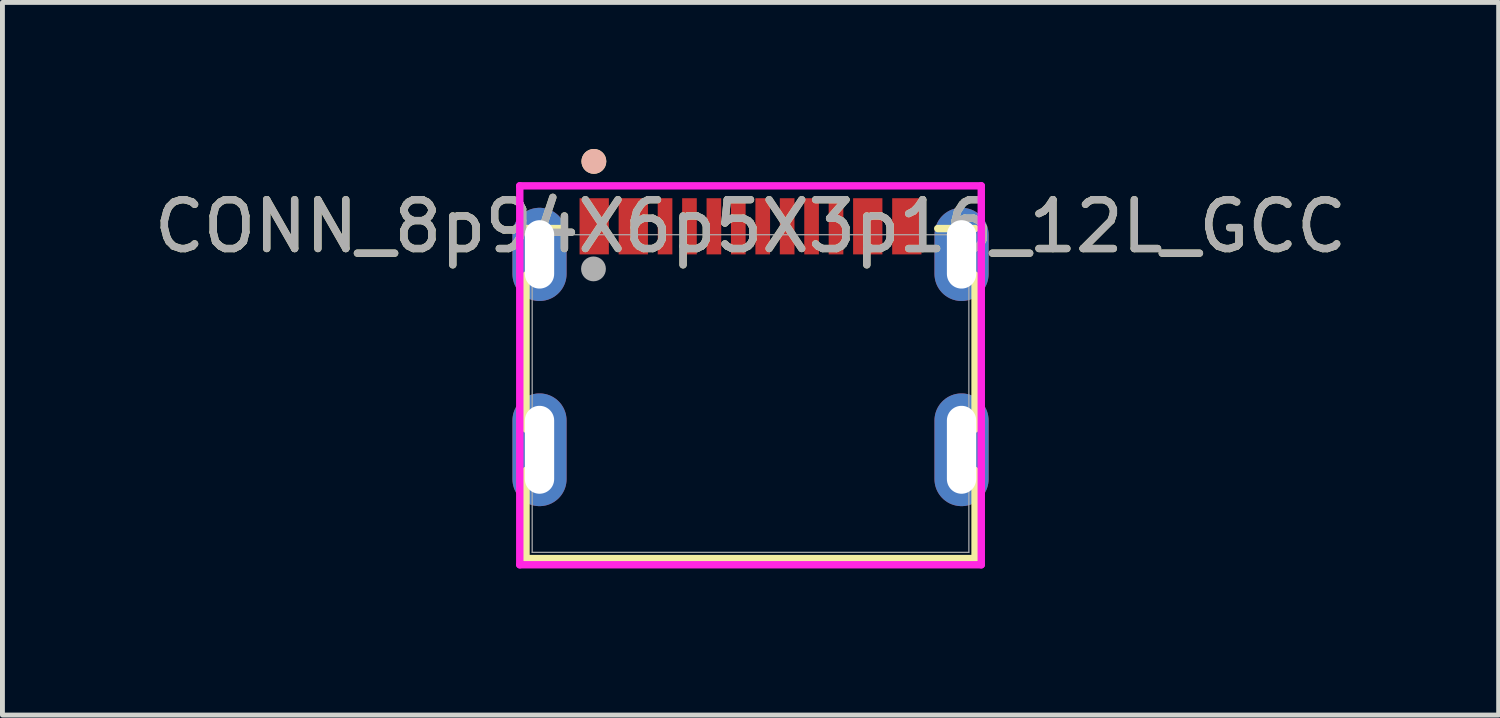
<source format=kicad_pcb>
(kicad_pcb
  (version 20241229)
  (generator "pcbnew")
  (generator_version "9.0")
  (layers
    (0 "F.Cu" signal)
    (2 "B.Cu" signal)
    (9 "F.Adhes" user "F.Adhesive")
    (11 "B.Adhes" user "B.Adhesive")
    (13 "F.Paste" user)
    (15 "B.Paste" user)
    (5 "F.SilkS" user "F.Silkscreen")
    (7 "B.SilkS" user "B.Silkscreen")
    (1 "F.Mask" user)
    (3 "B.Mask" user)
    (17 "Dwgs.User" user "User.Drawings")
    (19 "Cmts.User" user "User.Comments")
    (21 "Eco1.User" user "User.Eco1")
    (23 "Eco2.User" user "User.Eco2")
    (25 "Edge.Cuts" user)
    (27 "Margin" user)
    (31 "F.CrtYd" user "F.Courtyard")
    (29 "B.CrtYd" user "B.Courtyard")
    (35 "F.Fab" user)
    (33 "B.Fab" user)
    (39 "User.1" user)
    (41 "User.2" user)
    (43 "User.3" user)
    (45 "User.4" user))
  (footprint "CONN_8p94X6p5X3p16_12L_GCC"
    (layer "F.Cu")
    (at 12.315 5.007)
    (property "Reference" "CONN_8p94X6p5X3p16_12L_GCC" (at 0 -3.424 0) (unlocked yes) (layer "F.SilkS") (effects (font (size 1 1) (thickness 0.15))))
    (attr smd)
    (fp_line (start -4.597 -2.425) (end -4.597 0.727) (stroke (width 0.152) (type solid)) (layer "F.SilkS"))
    (fp_line (start -4.597 1.575) (end -4.597 3.378) (stroke (width 0.152) (type solid)) (layer "F.SilkS"))
    (fp_line (start -4.597 3.378) (end 4.597 3.378) (stroke (width 0.152) (type solid)) (layer "F.SilkS"))
    (fp_line (start -3.833 -3.378) (end -4.597 -3.378) (stroke (width 0.152) (type solid)) (layer "F.SilkS"))
    (fp_line (start 4.597 -3.378) (end 3.833 -3.378) (stroke (width 0.152) (type solid)) (layer "F.SilkS"))
    (fp_line (start 4.597 0.727) (end 4.597 -2.425) (stroke (width 0.152) (type solid)) (layer "F.SilkS"))
    (fp_line (start 4.597 3.378) (end 4.597 1.575) (stroke (width 0.152) (type solid)) (layer "F.SilkS"))
    (fp_circle (center -3.207 -4.753) (end -3.08 -4.753) (stroke (width 0.254) (type solid)) (fill no) (layer "F.SilkS"))
    (fp_circle (center -3.207 -4.753) (end -3.08 -4.753) (stroke (width 0.254) (type solid)) (fill no) (layer "B.SilkS"))
    (fp_line (start -4.724 -4.253) (end -4.724 3.505) (stroke (width 0.152) (type solid)) (layer "F.CrtYd"))
    (fp_line (start -4.724 3.505) (end 4.724 3.505) (stroke (width 0.152) (type solid)) (layer "F.CrtYd"))
    (fp_line (start 4.724 -4.253) (end -4.724 -4.253) (stroke (width 0.152) (type solid)) (layer "F.CrtYd"))
    (fp_line (start 4.724 3.505) (end 4.724 -4.253) (stroke (width 0.152) (type solid)) (layer "F.CrtYd"))
    (fp_line (start -4.47 -3.251) (end -4.47 3.251) (stroke (width 0.025) (type solid)) (layer "F.Fab"))
    (fp_line (start -4.47 3.251) (end 4.47 3.251) (stroke (width 0.025) (type solid)) (layer "F.Fab"))
    (fp_line (start 4.47 -3.251) (end -4.47 -3.251) (stroke (width 0.025) (type solid)) (layer "F.Fab"))
    (fp_line (start 4.47 3.251) (end 4.47 -3.251) (stroke (width 0.025) (type solid)) (layer "F.Fab"))
    (fp_circle (center -3.215 -2.552) (end -3.088 -2.552) (stroke (width 0.254) (type solid)) (fill no) (layer "F.Fab"))
    (fp_text user "${REFERENCE}" (at 0 -3.424 0) (unlocked yes) (layer "F.Fab") (effects (font (size 1 1) (thickness 0.15))))
    (pad "" np_thru_hole oval (at -4.32 1.151 90) (size 2.308 1.108) (drill oval 1.8 0.6) (layers "*.Cu" "*.Mask"))
    (pad "" np_thru_hole oval (at -4.32 -2.849 90) (size 1.908 1.108) (drill oval 1.4 0.6) (layers "*.Cu" "*.Mask"))
    (pad "" np_thru_hole oval (at 4.32 -2.849 90) (size 1.908 1.108) (drill oval 1.4 0.6) (layers "*.Cu" "*.Mask"))
    (pad "" np_thru_hole oval (at 4.32 1.151 90) (size 2.308 1.108) (drill oval 1.8 0.6) (layers "*.Cu" "*.Mask"))
    (pad "A1/B12" smd rect (at -3.2 -3.424) (size 0.6 1.15) (layers "F.Cu" "F.Mask" "F.Paste"))
    (pad "A4/B9" smd rect (at -2.4 -3.424) (size 0.6 1.15) (layers "F.Cu" "F.Mask" "F.Paste"))
    (pad "A5" smd rect (at -1.25 -3.424) (size 0.3 1.15) (layers "F.Cu" "F.Mask" "F.Paste"))
    (pad "A6" smd rect (at -0.25 -3.424) (size 0.3 1.15) (layers "F.Cu" "F.Mask" "F.Paste"))
    (pad "A7" smd rect (at 0.25 -3.424) (size 0.3 1.15) (layers "F.Cu" "F.Mask" "F.Paste"))
    (pad "A8" smd rect (at 1.25 -3.424) (size 0.3 1.15) (layers "F.Cu" "F.Mask" "F.Paste"))
    (pad "B1/A12" smd rect (at 3.2 -3.424) (size 0.6 1.15) (layers "F.Cu" "F.Mask" "F.Paste"))
    (pad "B4/A9" smd rect (at 2.4 -3.424) (size 0.6 1.15) (layers "F.Cu" "F.Mask" "F.Paste"))
    (pad "B5" smd rect (at 1.75 -3.424) (size 0.3 1.15) (layers "F.Cu" "F.Mask" "F.Paste"))
    (pad "B6" smd rect (at 0.75 -3.424) (size 0.3 1.15) (layers "F.Cu" "F.Mask" "F.Paste"))
    (pad "B7" smd rect (at -0.75 -3.424) (size 0.3 1.15) (layers "F.Cu" "F.Mask" "F.Paste"))
    (pad "B8" smd rect (at -1.75 -3.424) (size 0.3 1.15) (layers "F.Cu" "F.Mask" "F.Paste")))
  (gr_rect
    (start -3 -3)
    (end 27.631 11.589)
    (stroke (width 0.1) (type default))
    (fill no)
    (layer "Edge.Cuts")))
</source>
